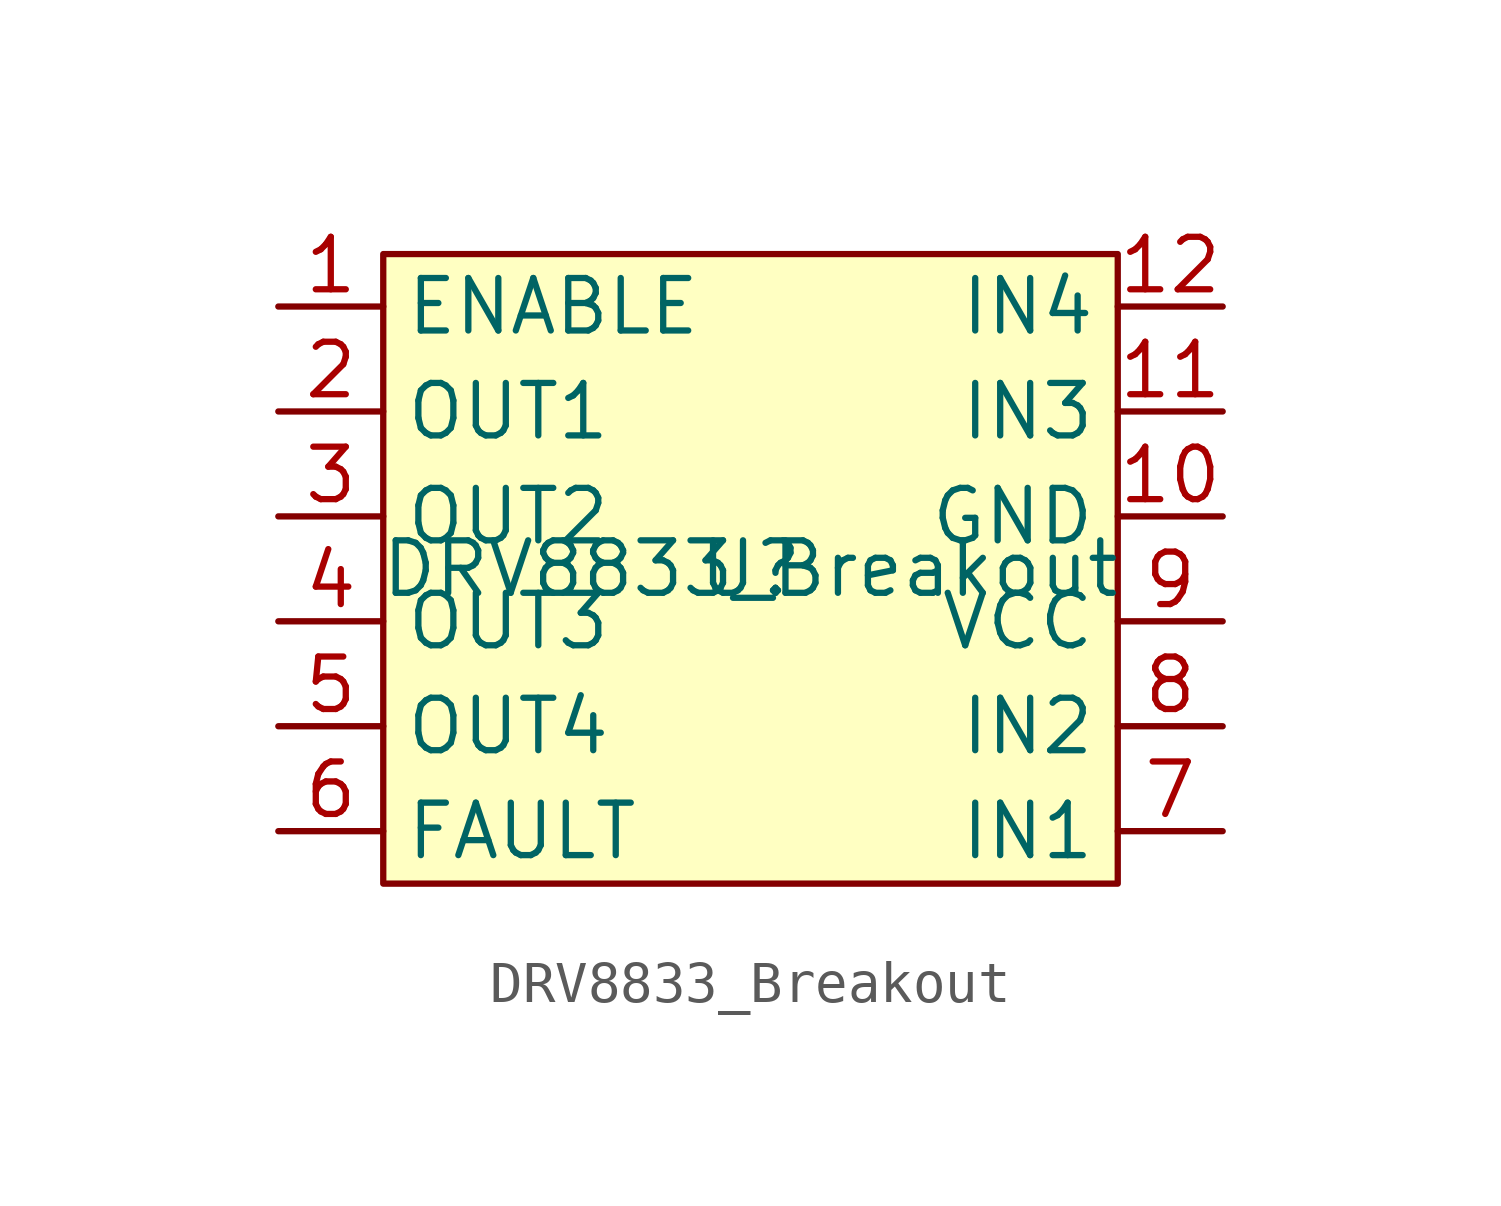
<source format=kicad_sym>
(kicad_symbol_lib
  (version 20211014)
  (generator kicad_symbol_editor)
  (symbol "DRV8833_Breakout"
    (property "Reference" "U"
      (at 0 0 0)
      (effects (font (size 1.27 1.27))))
    (property "Value" "DRV8833_Breakout"
      (at 0 0 0)
      (effects (font (size 1.27 1.27))))
    (symbol "DRV8833_Breakout_0_1"
      (rectangle (start -8.89 7.62) (end 8.89 -7.62) (stroke (width 0) (type default) (color 0 0 0 0)) (fill (type background))))
    (symbol "DRV8833_Breakout_1_1"
      (pin input line (at -11.43 6.35 0) (length 2.54) (name "ENABLE" (effects (font (size 1.27 1.27)))) (number "1" (effects (font (size 1.27 1.27)))))
      (pin power_in line (at 11.43 1.27 180) (length 2.54) (name "GND" (effects (font (size 1.27 1.27)))) (number "10" (effects (font (size 1.27 1.27)))))
      (pin input line (at 11.43 3.81 180) (length 2.54) (name "IN3" (effects (font (size 1.27 1.27)))) (number "11" (effects (font (size 1.27 1.27)))))
      (pin input line (at 11.43 6.35 180) (length 2.54) (name "IN4" (effects (font (size 1.27 1.27)))) (number "12" (effects (font (size 1.27 1.27)))))
      (pin output line (at -11.43 3.81 0) (length 2.54) (name "OUT1" (effects (font (size 1.27 1.27)))) (number "2" (effects (font (size 1.27 1.27)))))
      (pin output line (at -11.43 1.27 0) (length 2.54) (name "OUT2" (effects (font (size 1.27 1.27)))) (number "3" (effects (font (size 1.27 1.27)))))
      (pin output line (at -11.43 -1.27 0) (length 2.54) (name "OUT3" (effects (font (size 1.27 1.27)))) (number "4" (effects (font (size 1.27 1.27)))))
      (pin output line (at -11.43 -3.81 0) (length 2.54) (name "OUT4" (effects (font (size 1.27 1.27)))) (number "5" (effects (font (size 1.27 1.27)))))
      (pin output line (at -11.43 -6.35 0) (length 2.54) (name "FAULT" (effects (font (size 1.27 1.27)))) (number "6" (effects (font (size 1.27 1.27)))))
      (pin input line (at 11.43 -6.35 180) (length 2.54) (name "IN1" (effects (font (size 1.27 1.27)))) (number "7" (effects (font (size 1.27 1.27)))))
      (pin input line (at 11.43 -3.81 180) (length 2.54) (name "IN2" (effects (font (size 1.27 1.27)))) (number "8" (effects (font (size 1.27 1.27)))))
      (pin power_in line (at 11.43 -1.27 180) (length 2.54) (name "VCC" (effects (font (size 1.27 1.27)))) (number "9" (effects (font (size 1.27 1.27))))))))
</source>
